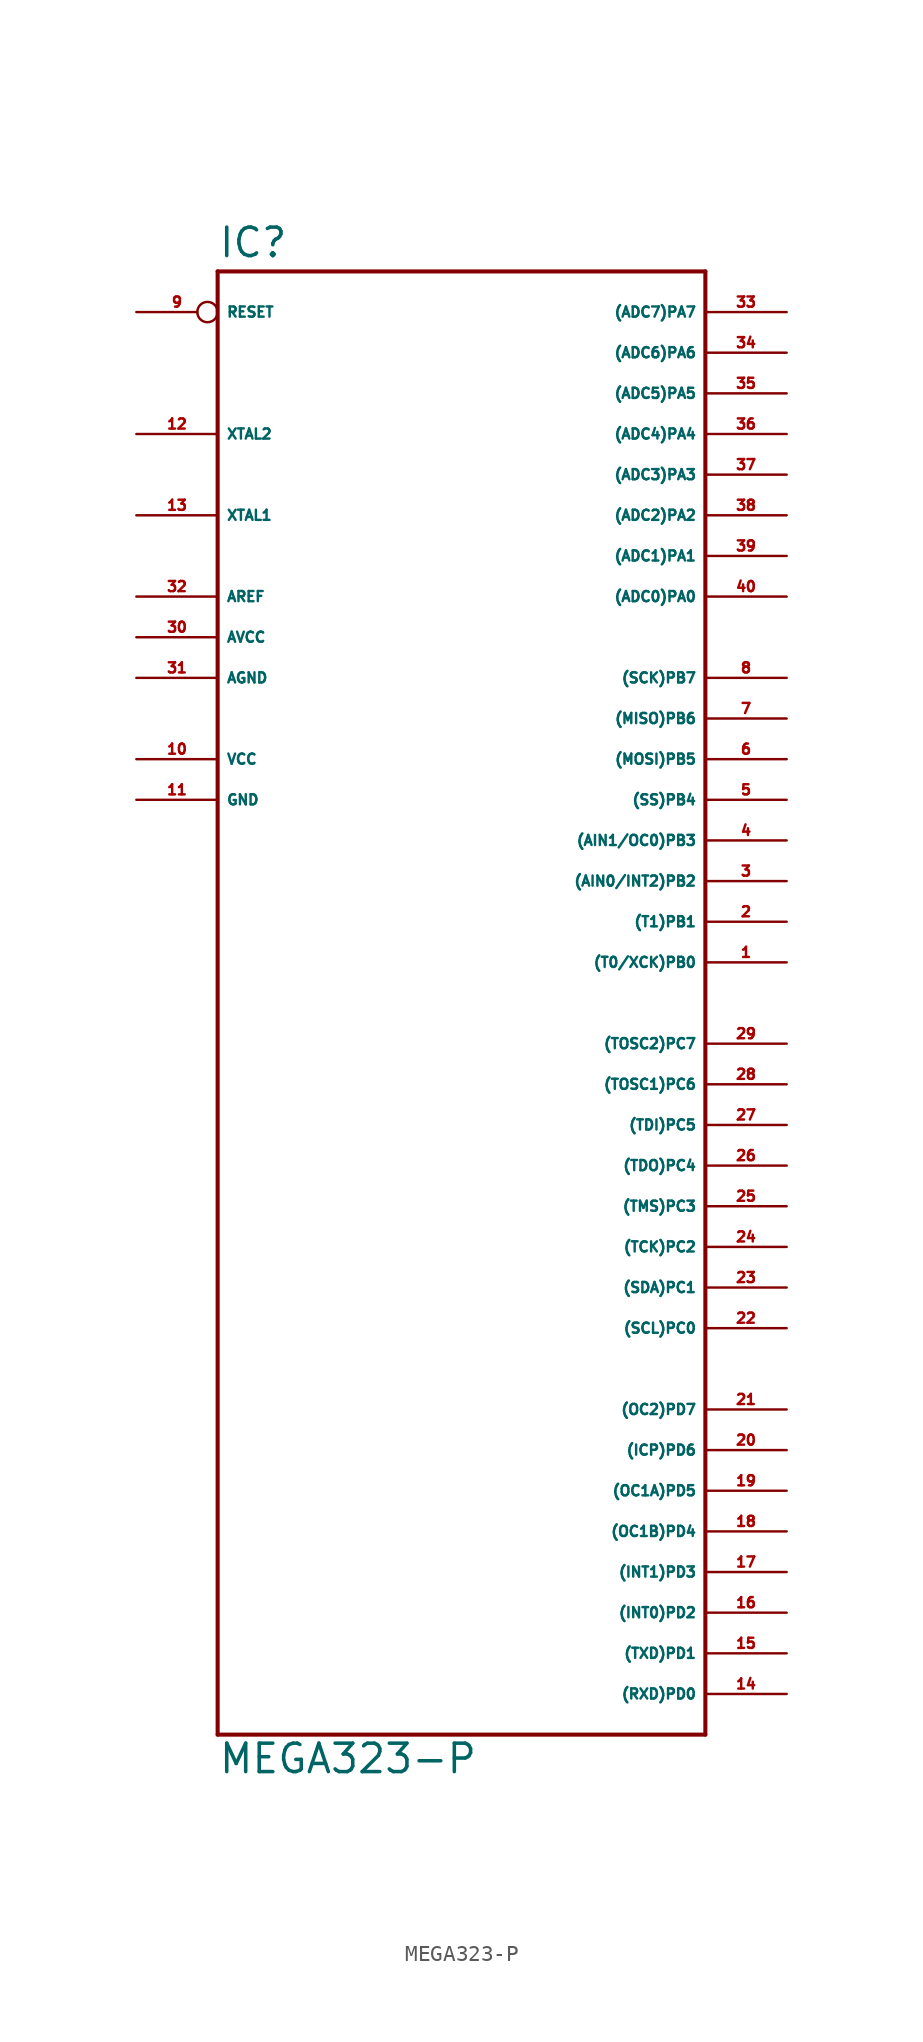
<source format=kicad_sym>
(kicad_symbol_lib
  (version 20220914)
  (generator Eagle2Kicad)
  (symbol "MEGA323-P"
    (property "Reference" "IC"
      (at -15.24 46.482 0)
      (effects (font (size 1.778 1.778) (thickness 0.22)) (justify left bottom)))
    (property "Value" "MEGA323-P"
      (at -15.24 -48.26 0)
      (effects (font (size 1.778 1.778) (thickness 0.22)) (justify left bottom)))
    (polyline
      (pts (xy -15.24 45.72) (xy 15.24 45.72))
      (stroke (width 0.254) (type default))
      (fill (type none)))
    (polyline
      (pts (xy 15.24 45.72) (xy 15.24 -45.72))
      (stroke (width 0.254) (type default))
      (fill (type none)))
    (polyline
      (pts (xy 15.24 -45.72) (xy -15.24 -45.72))
      (stroke (width 0.254) (type default))
      (fill (type none)))
    (polyline
      (pts (xy -15.24 -45.72) (xy -15.24 45.72))
      (stroke (width 0.254) (type default))
      (fill (type none)))
    (pin bidirectional line
      (at 20.32 43.18 180)
      (length 5.08)
      (name "(ADC7)PA7" (effects (font (size 0.635 0.635) (thickness 0.08)) (justify left bottom)))
      (number "33" (effects (font (size 0.635 0.635) (thickness 0.08)) (justify left bottom))))
    (pin bidirectional line
      (at 20.32 40.64 180)
      (length 5.08)
      (name "(ADC6)PA6" (effects (font (size 0.635 0.635) (thickness 0.08)) (justify left bottom)))
      (number "34" (effects (font (size 0.635 0.635) (thickness 0.08)) (justify left bottom))))
    (pin bidirectional line
      (at 20.32 38.1 180)
      (length 5.08)
      (name "(ADC5)PA5" (effects (font (size 0.635 0.635) (thickness 0.08)) (justify left bottom)))
      (number "35" (effects (font (size 0.635 0.635) (thickness 0.08)) (justify left bottom))))
    (pin bidirectional line
      (at 20.32 35.56 180)
      (length 5.08)
      (name "(ADC4)PA4" (effects (font (size 0.635 0.635) (thickness 0.08)) (justify left bottom)))
      (number "36" (effects (font (size 0.635 0.635) (thickness 0.08)) (justify left bottom))))
    (pin bidirectional line
      (at 20.32 33.02 180)
      (length 5.08)
      (name "(ADC3)PA3" (effects (font (size 0.635 0.635) (thickness 0.08)) (justify left bottom)))
      (number "37" (effects (font (size 0.635 0.635) (thickness 0.08)) (justify left bottom))))
    (pin bidirectional line
      (at 20.32 30.48 180)
      (length 5.08)
      (name "(ADC2)PA2" (effects (font (size 0.635 0.635) (thickness 0.08)) (justify left bottom)))
      (number "38" (effects (font (size 0.635 0.635) (thickness 0.08)) (justify left bottom))))
    (pin bidirectional line
      (at 20.32 27.94 180)
      (length 5.08)
      (name "(ADC1)PA1" (effects (font (size 0.635 0.635) (thickness 0.08)) (justify left bottom)))
      (number "39" (effects (font (size 0.635 0.635) (thickness 0.08)) (justify left bottom))))
    (pin bidirectional line
      (at 20.32 25.4 180)
      (length 5.08)
      (name "(ADC0)PA0" (effects (font (size 0.635 0.635) (thickness 0.08)) (justify left bottom)))
      (number "40" (effects (font (size 0.635 0.635) (thickness 0.08)) (justify left bottom))))
    (pin bidirectional line
      (at 20.32 20.32 180)
      (length 5.08)
      (name "(SCK)PB7" (effects (font (size 0.635 0.635) (thickness 0.08)) (justify left bottom)))
      (number "8" (effects (font (size 0.635 0.635) (thickness 0.08)) (justify left bottom))))
    (pin bidirectional line
      (at 20.32 17.78 180)
      (length 5.08)
      (name "(MISO)PB6" (effects (font (size 0.635 0.635) (thickness 0.08)) (justify left bottom)))
      (number "7" (effects (font (size 0.635 0.635) (thickness 0.08)) (justify left bottom))))
    (pin bidirectional line
      (at 20.32 15.24 180)
      (length 5.08)
      (name "(MOSI)PB5" (effects (font (size 0.635 0.635) (thickness 0.08)) (justify left bottom)))
      (number "6" (effects (font (size 0.635 0.635) (thickness 0.08)) (justify left bottom))))
    (pin bidirectional line
      (at 20.32 12.7 180)
      (length 5.08)
      (name "(SS)PB4" (effects (font (size 0.635 0.635) (thickness 0.08)) (justify left bottom)))
      (number "5" (effects (font (size 0.635 0.635) (thickness 0.08)) (justify left bottom))))
    (pin bidirectional line
      (at 20.32 10.16 180)
      (length 5.08)
      (name "(AIN1/OC0)PB3" (effects (font (size 0.635 0.635) (thickness 0.08)) (justify left bottom)))
      (number "4" (effects (font (size 0.635 0.635) (thickness 0.08)) (justify left bottom))))
    (pin bidirectional line
      (at 20.32 7.62 180)
      (length 5.08)
      (name "(AIN0/INT2)PB2" (effects (font (size 0.635 0.635) (thickness 0.08)) (justify left bottom)))
      (number "3" (effects (font (size 0.635 0.635) (thickness 0.08)) (justify left bottom))))
    (pin bidirectional line
      (at 20.32 5.08 180)
      (length 5.08)
      (name "(T1)PB1" (effects (font (size 0.635 0.635) (thickness 0.08)) (justify left bottom)))
      (number "2" (effects (font (size 0.635 0.635) (thickness 0.08)) (justify left bottom))))
    (pin bidirectional line
      (at 20.32 2.54 180)
      (length 5.08)
      (name "(T0/XCK)PB0" (effects (font (size 0.635 0.635) (thickness 0.08)) (justify left bottom)))
      (number "1" (effects (font (size 0.635 0.635) (thickness 0.08)) (justify left bottom))))
    (pin bidirectional line
      (at 20.32 -2.54 180)
      (length 5.08)
      (name "(TOSC2)PC7" (effects (font (size 0.635 0.635) (thickness 0.08)) (justify left bottom)))
      (number "29" (effects (font (size 0.635 0.635) (thickness 0.08)) (justify left bottom))))
    (pin bidirectional line
      (at 20.32 -5.08 180)
      (length 5.08)
      (name "(TOSC1)PC6" (effects (font (size 0.635 0.635) (thickness 0.08)) (justify left bottom)))
      (number "28" (effects (font (size 0.635 0.635) (thickness 0.08)) (justify left bottom))))
    (pin bidirectional line
      (at 20.32 -7.62 180)
      (length 5.08)
      (name "(TDI)PC5" (effects (font (size 0.635 0.635) (thickness 0.08)) (justify left bottom)))
      (number "27" (effects (font (size 0.635 0.635) (thickness 0.08)) (justify left bottom))))
    (pin bidirectional line
      (at 20.32 -10.16 180)
      (length 5.08)
      (name "(TDO)PC4" (effects (font (size 0.635 0.635) (thickness 0.08)) (justify left bottom)))
      (number "26" (effects (font (size 0.635 0.635) (thickness 0.08)) (justify left bottom))))
    (pin bidirectional line
      (at 20.32 -12.7 180)
      (length 5.08)
      (name "(TMS)PC3" (effects (font (size 0.635 0.635) (thickness 0.08)) (justify left bottom)))
      (number "25" (effects (font (size 0.635 0.635) (thickness 0.08)) (justify left bottom))))
    (pin bidirectional line
      (at 20.32 -15.24 180)
      (length 5.08)
      (name "(TCK)PC2" (effects (font (size 0.635 0.635) (thickness 0.08)) (justify left bottom)))
      (number "24" (effects (font (size 0.635 0.635) (thickness 0.08)) (justify left bottom))))
    (pin bidirectional line
      (at 20.32 -17.78 180)
      (length 5.08)
      (name "(SDA)PC1" (effects (font (size 0.635 0.635) (thickness 0.08)) (justify left bottom)))
      (number "23" (effects (font (size 0.635 0.635) (thickness 0.08)) (justify left bottom))))
    (pin bidirectional line
      (at 20.32 -20.32 180)
      (length 5.08)
      (name "(SCL)PC0" (effects (font (size 0.635 0.635) (thickness 0.08)) (justify left bottom)))
      (number "22" (effects (font (size 0.635 0.635) (thickness 0.08)) (justify left bottom))))
    (pin unspecified line
      (at -20.32 20.32 0)
      (length 5.08)
      (name "AGND" (effects (font (size 0.635 0.635) (thickness 0.08)) (justify left bottom)))
      (number "31" (effects (font (size 0.635 0.635) (thickness 0.08)) (justify left bottom))))
    (pin unspecified line
      (at -20.32 22.86 0)
      (length 5.08)
      (name "AVCC" (effects (font (size 0.635 0.635) (thickness 0.08)) (justify left bottom)))
      (number "30" (effects (font (size 0.635 0.635) (thickness 0.08)) (justify left bottom))))
    (pin passive line
      (at -20.32 25.4 0)
      (length 5.08)
      (name "AREF" (effects (font (size 0.635 0.635) (thickness 0.08)) (justify left bottom)))
      (number "32" (effects (font (size 0.635 0.635) (thickness 0.08)) (justify left bottom))))
    (pin bidirectional line
      (at -20.32 30.48 0)
      (length 5.08)
      (name "XTAL1" (effects (font (size 0.635 0.635) (thickness 0.08)) (justify left bottom)))
      (number "13" (effects (font (size 0.635 0.635) (thickness 0.08)) (justify left bottom))))
    (pin bidirectional line
      (at -20.32 35.56 0)
      (length 5.08)
      (name "XTAL2" (effects (font (size 0.635 0.635) (thickness 0.08)) (justify left bottom)))
      (number "12" (effects (font (size 0.635 0.635) (thickness 0.08)) (justify left bottom))))
    (pin unspecified line
      (at -20.32 15.24 0)
      (length 5.08)
      (name "VCC" (effects (font (size 0.635 0.635) (thickness 0.08)) (justify left bottom)))
      (number "10" (effects (font (size 0.635 0.635) (thickness 0.08)) (justify left bottom))))
    (pin unspecified line
      (at -20.32 12.7 0)
      (length 5.08)
      (name "GND" (effects (font (size 0.635 0.635) (thickness 0.08)) (justify left bottom)))
      (number "11" (effects (font (size 0.635 0.635) (thickness 0.08)) (justify left bottom))))
    (pin input inverted
      (at -20.32 43.18 0)
      (length 5.08)
      (name "RESET" (effects (font (size 0.635 0.635) (thickness 0.08)) (justify left bottom)))
      (number "9" (effects (font (size 0.635 0.635) (thickness 0.08)) (justify left bottom))))
    (pin bidirectional line
      (at 20.32 -43.18 180)
      (length 5.08)
      (name "(RXD)PD0" (effects (font (size 0.635 0.635) (thickness 0.08)) (justify left bottom)))
      (number "14" (effects (font (size 0.635 0.635) (thickness 0.08)) (justify left bottom))))
    (pin bidirectional line
      (at 20.32 -40.64 180)
      (length 5.08)
      (name "(TXD)PD1" (effects (font (size 0.635 0.635) (thickness 0.08)) (justify left bottom)))
      (number "15" (effects (font (size 0.635 0.635) (thickness 0.08)) (justify left bottom))))
    (pin bidirectional line
      (at 20.32 -38.1 180)
      (length 5.08)
      (name "(INT0)PD2" (effects (font (size 0.635 0.635) (thickness 0.08)) (justify left bottom)))
      (number "16" (effects (font (size 0.635 0.635) (thickness 0.08)) (justify left bottom))))
    (pin bidirectional line
      (at 20.32 -35.56 180)
      (length 5.08)
      (name "(INT1)PD3" (effects (font (size 0.635 0.635) (thickness 0.08)) (justify left bottom)))
      (number "17" (effects (font (size 0.635 0.635) (thickness 0.08)) (justify left bottom))))
    (pin bidirectional line
      (at 20.32 -33.02 180)
      (length 5.08)
      (name "(OC1B)PD4" (effects (font (size 0.635 0.635) (thickness 0.08)) (justify left bottom)))
      (number "18" (effects (font (size 0.635 0.635) (thickness 0.08)) (justify left bottom))))
    (pin bidirectional line
      (at 20.32 -30.48 180)
      (length 5.08)
      (name "(OC1A)PD5" (effects (font (size 0.635 0.635) (thickness 0.08)) (justify left bottom)))
      (number "19" (effects (font (size 0.635 0.635) (thickness 0.08)) (justify left bottom))))
    (pin bidirectional line
      (at 20.32 -27.94 180)
      (length 5.08)
      (name "(ICP)PD6" (effects (font (size 0.635 0.635) (thickness 0.08)) (justify left bottom)))
      (number "20" (effects (font (size 0.635 0.635) (thickness 0.08)) (justify left bottom))))
    (pin bidirectional line
      (at 20.32 -25.4 180)
      (length 5.08)
      (name "(OC2)PD7" (effects (font (size 0.635 0.635) (thickness 0.08)) (justify left bottom)))
      (number "21" (effects (font (size 0.635 0.635) (thickness 0.08)) (justify left bottom))))))
</source>
